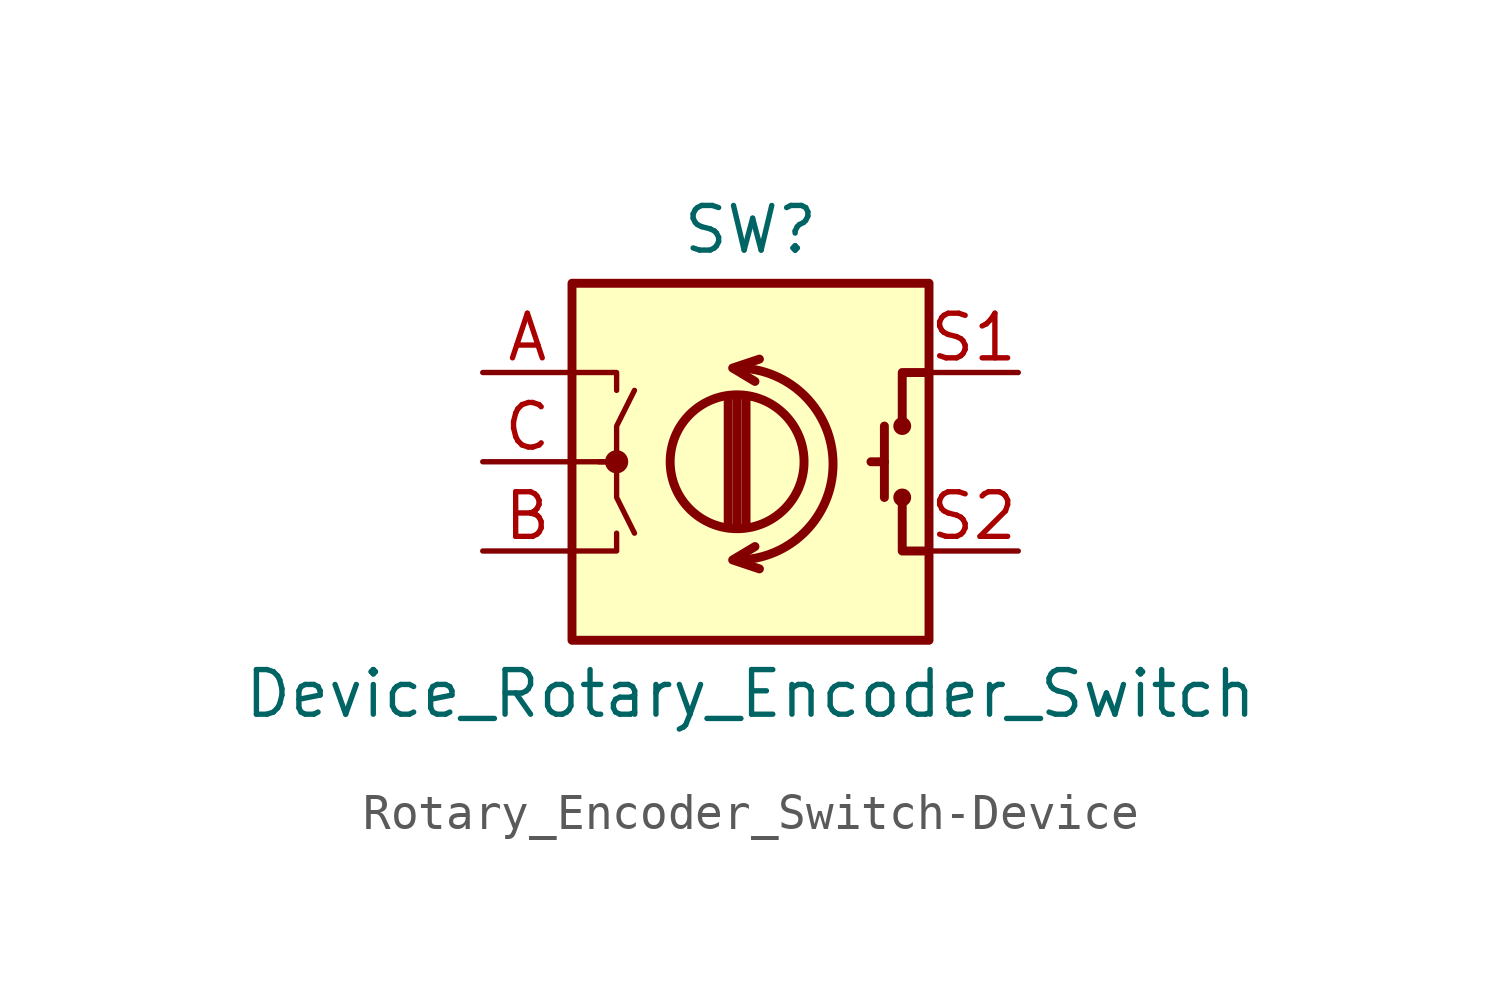
<source format=kicad_sym>
(kicad_symbol_lib
  (version 20220914)
  (generator kicad_symbol_editor)
  (symbol "Rotary_Encoder_Switch-Device"
    (pin_names
      (offset 0.254) hide)
    (property "Reference" "SW"
      (at 0 6.604 0)
      (effects (font (size 1.27 1.27))))
    (property "Value" "Device_Rotary_Encoder_Switch"
      (at 0 -6.604 0)
      (effects (font (size 1.27 1.27))))
    (symbol "Rotary_Encoder_Switch-Device_0_1"
      (rectangle (start -5.08 5.08) (end 5.08 -5.08) (stroke (width 0.254) (type solid)) (fill (type background)))
      (circle (center -3.81 0) (radius 0.254) (stroke (width 0) (type solid)) (fill (type outline)))
      (arc (start -0.381 -2.794) (mid 2.3376 -0.0635) (end -0.381 2.667) (stroke (width 0.254) (type solid)) (fill (type none)))
      (circle (center -0.381 0) (radius 1.905) (stroke (width 0.254) (type solid)) (fill (type none)))
      (polyline (pts (xy -0.635 -1.778) (xy -0.635 1.778)) (stroke (width 0.254) (type solid)) (fill (type none)))
      (polyline (pts (xy -0.381 -1.778) (xy -0.381 1.778)) (stroke (width 0.254) (type solid)) (fill (type none)))
      (polyline (pts (xy -0.127 1.778) (xy -0.127 -1.778)) (stroke (width 0.254) (type solid)) (fill (type none)))
      (polyline (pts (xy 3.81 0) (xy 3.429 0)) (stroke (width 0.254) (type solid)) (fill (type none)))
      (polyline (pts (xy 3.81 1.016) (xy 3.81 -1.016)) (stroke (width 0.254) (type solid)) (fill (type none)))
      (polyline (pts (xy -5.08 -2.54) (xy -3.81 -2.54) (xy -3.81 -2.032)) (stroke (width 0) (type solid)) (fill (type none)))
      (polyline (pts (xy -5.08 2.54) (xy -3.81 2.54) (xy -3.81 2.032)) (stroke (width 0) (type solid)) (fill (type none)))
      (polyline (pts (xy 0.254 -3.048) (xy -0.508 -2.794) (xy 0.127 -2.413)) (stroke (width 0.254) (type solid)) (fill (type none)))
      (polyline (pts (xy 0.254 2.921) (xy -0.508 2.667) (xy 0.127 2.286)) (stroke (width 0.254) (type solid)) (fill (type none)))
      (polyline (pts (xy 5.08 -2.54) (xy 4.318 -2.54) (xy 4.318 -1.016)) (stroke (width 0.254) (type solid)) (fill (type none)))
      (polyline (pts (xy 5.08 2.54) (xy 4.318 2.54) (xy 4.318 1.016)) (stroke (width 0.254) (type solid)) (fill (type none)))
      (polyline (pts (xy -5.08 0) (xy -3.81 0) (xy -3.81 -1.016) (xy -3.302 -2.032)) (stroke (width 0) (type solid)) (fill (type none)))
      (polyline (pts (xy -4.318 0) (xy -3.81 0) (xy -3.81 1.016) (xy -3.302 2.032)) (stroke (width 0) (type solid)) (fill (type none)))
      (circle (center 4.318 -1.016) (radius 0.127) (stroke (width 0.254) (type solid)) (fill (type none)))
      (circle (center 4.318 1.016) (radius 0.127) (stroke (width 0.254) (type solid)) (fill (type none))))
    (symbol "Rotary_Encoder_Switch-Device_1_1"
      (pin passive line (at -7.62 2.54 0) (length 2.54) (name "A" (effects (font (size 1.27 1.27)))) (number "A" (effects (font (size 1.27 1.27)))))
      (pin passive line (at -7.62 -2.54 0) (length 2.54) (name "B" (effects (font (size 1.27 1.27)))) (number "B" (effects (font (size 1.27 1.27)))))
      (pin passive line (at -7.62 0 0) (length 2.54) (name "C" (effects (font (size 1.27 1.27)))) (number "C" (effects (font (size 1.27 1.27)))))
      (pin passive line (at 7.62 2.54 180) (length 2.54) (name "S1" (effects (font (size 1.27 1.27)))) (number "S1" (effects (font (size 1.27 1.27)))))
      (pin passive line (at 7.62 -2.54 180) (length 2.54) (name "S2" (effects (font (size 1.27 1.27)))) (number "S2" (effects (font (size 1.27 1.27))))))))
</source>
